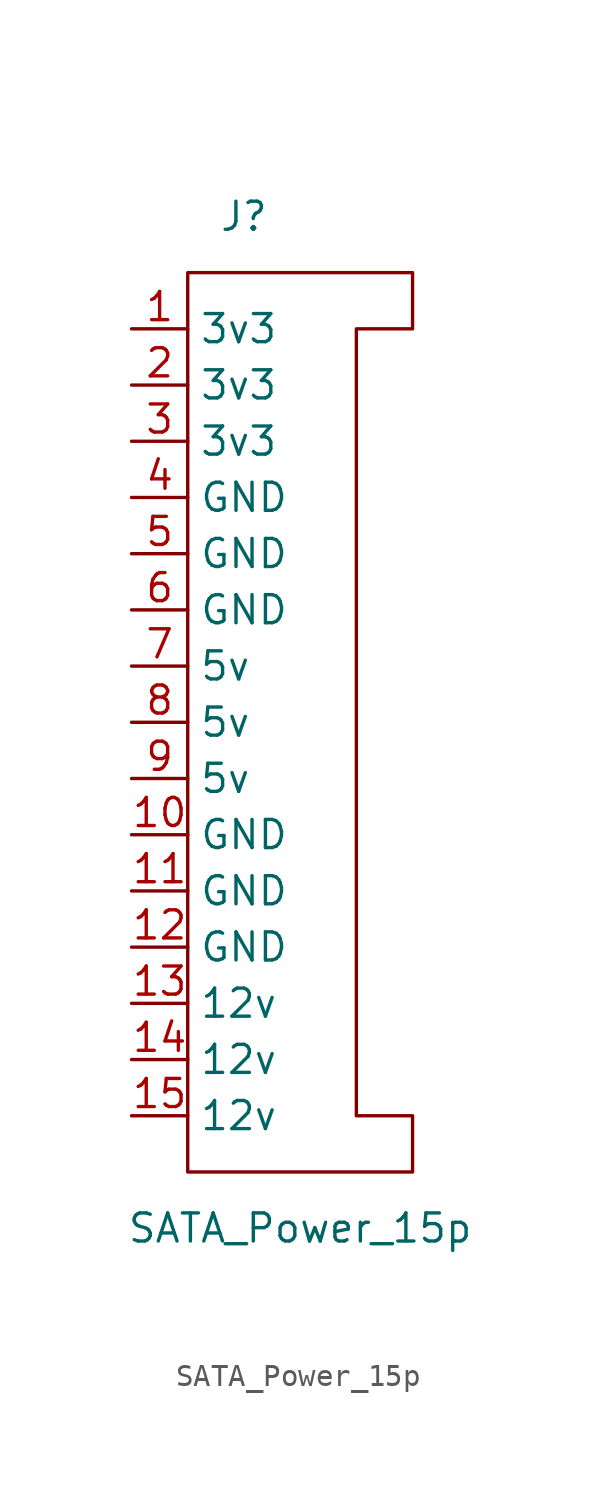
<source format=kicad_sym>
(kicad_symbol_lib
  (version 20211014)
  (generator kicad_symbol_editor)
  (symbol "SATA_Power_15p"
    (property "Reference" "J"
      (at 2.54 5.08 0)
      (effects (font (size 1.27 1.27))))
    (property "Value" "SATA_Power_15p"
      (at 5.08 -40.64 0)
      (effects (font (size 1.27 1.27))))
    (symbol "SATA_Power_15p_0_1"
      (polyline (pts (xy 0 -38.1) (xy 0 2.54) (xy 10.16 2.54) (xy 10.16 0) (xy 7.62 0) (xy 7.62 -35.56) (xy 10.16 -35.56) (xy 10.16 -38.1) (xy 0 -38.1) (xy 10.16 -38.1)) (stroke (width 0) (type default) (color 0 0 0 0)) (fill (type none))))
    (symbol "SATA_Power_15p_1_1"
      (pin input line (at -2.54 0 0) (length 2.54) (name "3v3" (effects (font (size 1.27 1.27)))) (number "1" (effects (font (size 1.27 1.27)))))
      (pin input line (at -2.54 -22.86 0) (length 2.54) (name "GND" (effects (font (size 1.27 1.27)))) (number "10" (effects (font (size 1.27 1.27)))))
      (pin input line (at -2.54 -25.4 0) (length 2.54) (name "GND" (effects (font (size 1.27 1.27)))) (number "11" (effects (font (size 1.27 1.27)))))
      (pin input line (at -2.54 -27.94 0) (length 2.54) (name "GND" (effects (font (size 1.27 1.27)))) (number "12" (effects (font (size 1.27 1.27)))))
      (pin input line (at -2.54 -30.48 0) (length 2.54) (name "12v" (effects (font (size 1.27 1.27)))) (number "13" (effects (font (size 1.27 1.27)))))
      (pin input line (at -2.54 -33.02 0) (length 2.54) (name "12v" (effects (font (size 1.27 1.27)))) (number "14" (effects (font (size 1.27 1.27)))))
      (pin input line (at -2.54 -35.56 0) (length 2.54) (name "12v" (effects (font (size 1.27 1.27)))) (number "15" (effects (font (size 1.27 1.27)))))
      (pin input line (at -2.54 -2.54 0) (length 2.54) (name "3v3" (effects (font (size 1.27 1.27)))) (number "2" (effects (font (size 1.27 1.27)))))
      (pin input line (at -2.54 -5.08 0) (length 2.54) (name "3v3" (effects (font (size 1.27 1.27)))) (number "3" (effects (font (size 1.27 1.27)))))
      (pin input line (at -2.54 -7.62 0) (length 2.54) (name "GND" (effects (font (size 1.27 1.27)))) (number "4" (effects (font (size 1.27 1.27)))))
      (pin input line (at -2.54 -10.16 0) (length 2.54) (name "GND" (effects (font (size 1.27 1.27)))) (number "5" (effects (font (size 1.27 1.27)))))
      (pin input line (at -2.54 -12.7 0) (length 2.54) (name "GND" (effects (font (size 1.27 1.27)))) (number "6" (effects (font (size 1.27 1.27)))))
      (pin input line (at -2.54 -15.24 0) (length 2.54) (name "5v" (effects (font (size 1.27 1.27)))) (number "7" (effects (font (size 1.27 1.27)))))
      (pin input line (at -2.54 -17.78 0) (length 2.54) (name "5v" (effects (font (size 1.27 1.27)))) (number "8" (effects (font (size 1.27 1.27)))))
      (pin input line (at -2.54 -20.32 0) (length 2.54) (name "5v" (effects (font (size 1.27 1.27)))) (number "9" (effects (font (size 1.27 1.27))))))))
</source>
